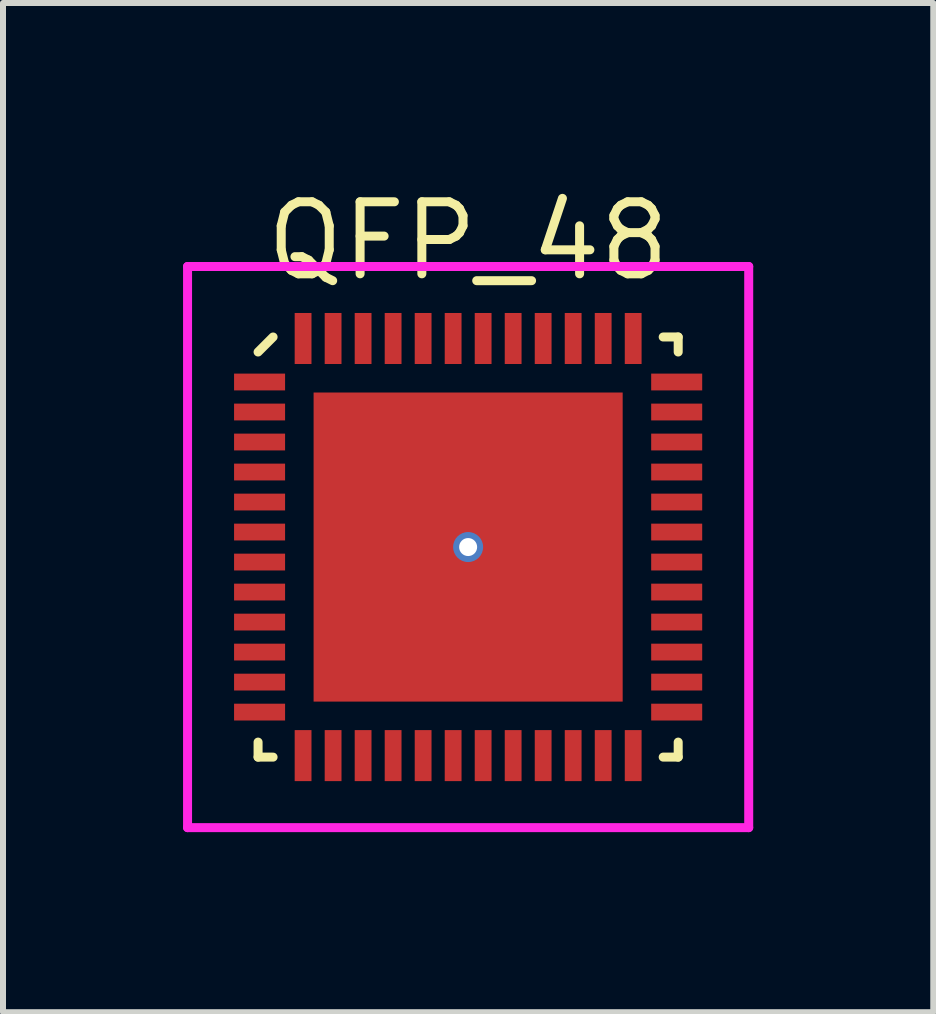
<source format=kicad_pcb>
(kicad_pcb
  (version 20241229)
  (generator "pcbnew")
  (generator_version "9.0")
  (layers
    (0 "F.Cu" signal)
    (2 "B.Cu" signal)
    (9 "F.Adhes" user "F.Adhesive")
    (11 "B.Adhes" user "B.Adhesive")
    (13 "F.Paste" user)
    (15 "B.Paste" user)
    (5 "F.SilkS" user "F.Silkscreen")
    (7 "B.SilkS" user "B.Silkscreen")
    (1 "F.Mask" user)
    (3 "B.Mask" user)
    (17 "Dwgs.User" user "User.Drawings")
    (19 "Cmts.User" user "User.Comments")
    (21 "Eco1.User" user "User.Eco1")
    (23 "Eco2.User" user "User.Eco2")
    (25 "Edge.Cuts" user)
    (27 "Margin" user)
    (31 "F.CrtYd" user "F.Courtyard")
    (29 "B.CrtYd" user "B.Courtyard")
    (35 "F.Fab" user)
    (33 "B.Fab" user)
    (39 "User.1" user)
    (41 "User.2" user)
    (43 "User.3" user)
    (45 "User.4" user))
  (footprint "QFP_48"
    (layer "F.Cu")
    (at 4.75 6.065)
    (property "Reference" "QFP_48" (at 0 -5.1 0) (layer "F.SilkS") (effects (font (size 1.2 1.2) (thickness 0.15))))
    (attr through_hole)
    (fp_line (start -3.5 -3.25) (end -3.25 -3.5) (stroke (width 0.15) (type solid)) (layer "F.SilkS"))
    (fp_line (start -3.5 3.5) (end -3.5 3.25) (stroke (width 0.15) (type solid)) (layer "F.SilkS"))
    (fp_line (start -3.25 3.5) (end -3.5 3.5) (stroke (width 0.15) (type solid)) (layer "F.SilkS"))
    (fp_line (start 3.25 -3.5) (end 3.5 -3.5) (stroke (width 0.15) (type solid)) (layer "F.SilkS"))
    (fp_line (start 3.25 3.5) (end 3.5 3.5) (stroke (width 0.15) (type solid)) (layer "F.SilkS"))
    (fp_line (start 3.5 -3.5) (end 3.5 -3.25) (stroke (width 0.15) (type solid)) (layer "F.SilkS"))
    (fp_line (start 3.5 3.5) (end 3.5 3.25) (stroke (width 0.15) (type solid)) (layer "F.SilkS"))
    (fp_line (start -4.675 -4.675) (end 4.675 -4.675) (stroke (width 0.15) (type solid)) (layer "F.CrtYd"))
    (fp_line (start -4.675 4.675) (end -4.675 -4.675) (stroke (width 0.15) (type solid)) (layer "F.CrtYd"))
    (fp_line (start 4.675 -4.675) (end 4.675 4.675) (stroke (width 0.15) (type solid)) (layer "F.CrtYd"))
    (fp_line (start 4.675 4.675) (end -4.675 4.675) (stroke (width 0.15) (type solid)) (layer "F.CrtYd"))
    (pad "1" smd rect (at -3.475 -2.75 90) (size 0.28 0.85) (layers "F.Cu" "F.Mask" "F.Paste"))
    (pad "2" smd rect (at -3.475 -2.25 90) (size 0.28 0.85) (layers "F.Cu" "F.Mask" "F.Paste"))
    (pad "3" smd rect (at -3.475 -1.75 90) (size 0.28 0.85) (layers "F.Cu" "F.Mask" "F.Paste"))
    (pad "4" smd rect (at -3.475 -1.25 90) (size 0.28 0.85) (layers "F.Cu" "F.Mask" "F.Paste"))
    (pad "5" smd rect (at -3.475 -0.75 90) (size 0.28 0.85) (layers "F.Cu" "F.Mask" "F.Paste"))
    (pad "6" smd rect (at -3.475 -0.25 90) (size 0.28 0.85) (layers "F.Cu" "F.Mask" "F.Paste"))
    (pad "7" smd rect (at -3.475 0.25 90) (size 0.28 0.85) (layers "F.Cu" "F.Mask" "F.Paste"))
    (pad "8" smd rect (at -3.475 0.75 90) (size 0.28 0.85) (layers "F.Cu" "F.Mask" "F.Paste"))
    (pad "9" smd rect (at -3.475 1.25 90) (size 0.28 0.85) (layers "F.Cu" "F.Mask" "F.Paste"))
    (pad "10" smd rect (at -3.475 1.75 90) (size 0.28 0.85) (layers "F.Cu" "F.Mask" "F.Paste"))
    (pad "11" smd rect (at -3.475 2.25 90) (size 0.28 0.85) (layers "F.Cu" "F.Mask" "F.Paste"))
    (pad "12" smd rect (at -3.475 2.75 90) (size 0.28 0.85) (layers "F.Cu" "F.Mask" "F.Paste"))
    (pad "13" smd rect (at -2.75 3.475) (size 0.28 0.85) (layers "F.Cu" "F.Mask" "F.Paste"))
    (pad "14" smd rect (at -2.25 3.475) (size 0.28 0.85) (layers "F.Cu" "F.Mask" "F.Paste"))
    (pad "15" smd rect (at -1.75 3.475) (size 0.28 0.85) (layers "F.Cu" "F.Mask" "F.Paste"))
    (pad "16" smd rect (at -1.25 3.475) (size 0.28 0.85) (layers "F.Cu" "F.Mask" "F.Paste"))
    (pad "17" smd rect (at -0.75 3.475) (size 0.28 0.85) (layers "F.Cu" "F.Mask" "F.Paste"))
    (pad "18" smd rect (at -0.25 3.475) (size 0.28 0.85) (layers "F.Cu" "F.Mask" "F.Paste"))
    (pad "19" smd rect (at 0.25 3.475) (size 0.28 0.85) (layers "F.Cu" "F.Mask" "F.Paste"))
    (pad "20" smd rect (at 0.75 3.475) (size 0.28 0.85) (layers "F.Cu" "F.Mask" "F.Paste"))
    (pad "21" smd rect (at 1.25 3.475) (size 0.28 0.85) (layers "F.Cu" "F.Mask" "F.Paste"))
    (pad "22" smd rect (at 1.75 3.475) (size 0.28 0.85) (layers "F.Cu" "F.Mask" "F.Paste"))
    (pad "23" smd rect (at 2.25 3.475) (size 0.28 0.85) (layers "F.Cu" "F.Mask" "F.Paste"))
    (pad "24" smd rect (at 2.75 3.475) (size 0.28 0.85) (layers "F.Cu" "F.Mask" "F.Paste"))
    (pad "25" smd rect (at 3.475 2.75 90) (size 0.28 0.85) (layers "F.Cu" "F.Mask" "F.Paste"))
    (pad "26" smd rect (at 3.475 2.25 90) (size 0.28 0.85) (layers "F.Cu" "F.Mask" "F.Paste"))
    (pad "27" smd rect (at 3.475 1.75 90) (size 0.28 0.85) (layers "F.Cu" "F.Mask" "F.Paste"))
    (pad "28" smd rect (at 3.475 1.25 90) (size 0.28 0.85) (layers "F.Cu" "F.Mask" "F.Paste"))
    (pad "29" smd rect (at 3.475 0.75 90) (size 0.28 0.85) (layers "F.Cu" "F.Mask" "F.Paste"))
    (pad "30" smd rect (at 3.475 0.25 90) (size 0.28 0.85) (layers "F.Cu" "F.Mask" "F.Paste"))
    (pad "31" smd rect (at 3.475 -0.25 90) (size 0.28 0.85) (layers "F.Cu" "F.Mask" "F.Paste"))
    (pad "32" smd rect (at 3.475 -0.75 90) (size 0.28 0.85) (layers "F.Cu" "F.Mask" "F.Paste"))
    (pad "33" smd rect (at 3.475 -1.25 90) (size 0.28 0.85) (layers "F.Cu" "F.Mask" "F.Paste"))
    (pad "34" smd rect (at 3.475 -1.75 90) (size 0.28 0.85) (layers "F.Cu" "F.Mask" "F.Paste"))
    (pad "35" smd rect (at 3.475 -2.25 90) (size 0.28 0.85) (layers "F.Cu" "F.Mask" "F.Paste"))
    (pad "36" smd rect (at 3.475 -2.75 90) (size 0.28 0.85) (layers "F.Cu" "F.Mask" "F.Paste"))
    (pad "37" smd rect (at 2.75 -3.475) (size 0.28 0.85) (layers "F.Cu" "F.Mask" "F.Paste"))
    (pad "38" smd rect (at 2.25 -3.475) (size 0.28 0.85) (layers "F.Cu" "F.Mask" "F.Paste"))
    (pad "39" smd rect (at 1.75 -3.475) (size 0.28 0.85) (layers "F.Cu" "F.Mask" "F.Paste"))
    (pad "40" smd rect (at 1.25 -3.475) (size 0.28 0.85) (layers "F.Cu" "F.Mask" "F.Paste"))
    (pad "41" smd rect (at 0.75 -3.475) (size 0.28 0.85) (layers "F.Cu" "F.Mask" "F.Paste"))
    (pad "42" smd rect (at 0.25 -3.475) (size 0.28 0.85) (layers "F.Cu" "F.Mask" "F.Paste"))
    (pad "43" smd rect (at -0.25 -3.475) (size 0.28 0.85) (layers "F.Cu" "F.Mask" "F.Paste"))
    (pad "44" smd rect (at -0.75 -3.475) (size 0.28 0.85) (layers "F.Cu" "F.Mask" "F.Paste"))
    (pad "45" smd rect (at -1.25 -3.475) (size 0.28 0.85) (layers "F.Cu" "F.Mask" "F.Paste"))
    (pad "46" smd rect (at -1.75 -3.475) (size 0.28 0.85) (layers "F.Cu" "F.Mask" "F.Paste"))
    (pad "47" smd rect (at -2.25 -3.475) (size 0.28 0.85) (layers "F.Cu" "F.Mask" "F.Paste"))
    (pad "48" smd rect (at -2.75 -3.475) (size 0.28 0.85) (layers "F.Cu" "F.Mask" "F.Paste"))
    (pad "EP" thru_hole circle (at 0 0) (size 0.5 0.5) (drill 0.3) (layers "*.Cu" "*.Mask"))
    (pad "EP" smd rect (at 0 0) (size 5.15 5.15) (layers "F.Cu" "F.Mask" "F.Paste")))
  (gr_rect
    (start -3 -3)
    (end 12.5 13.815)
    (stroke (width 0.1) (type default))
    (fill no)
    (layer "Edge.Cuts")))
</source>
